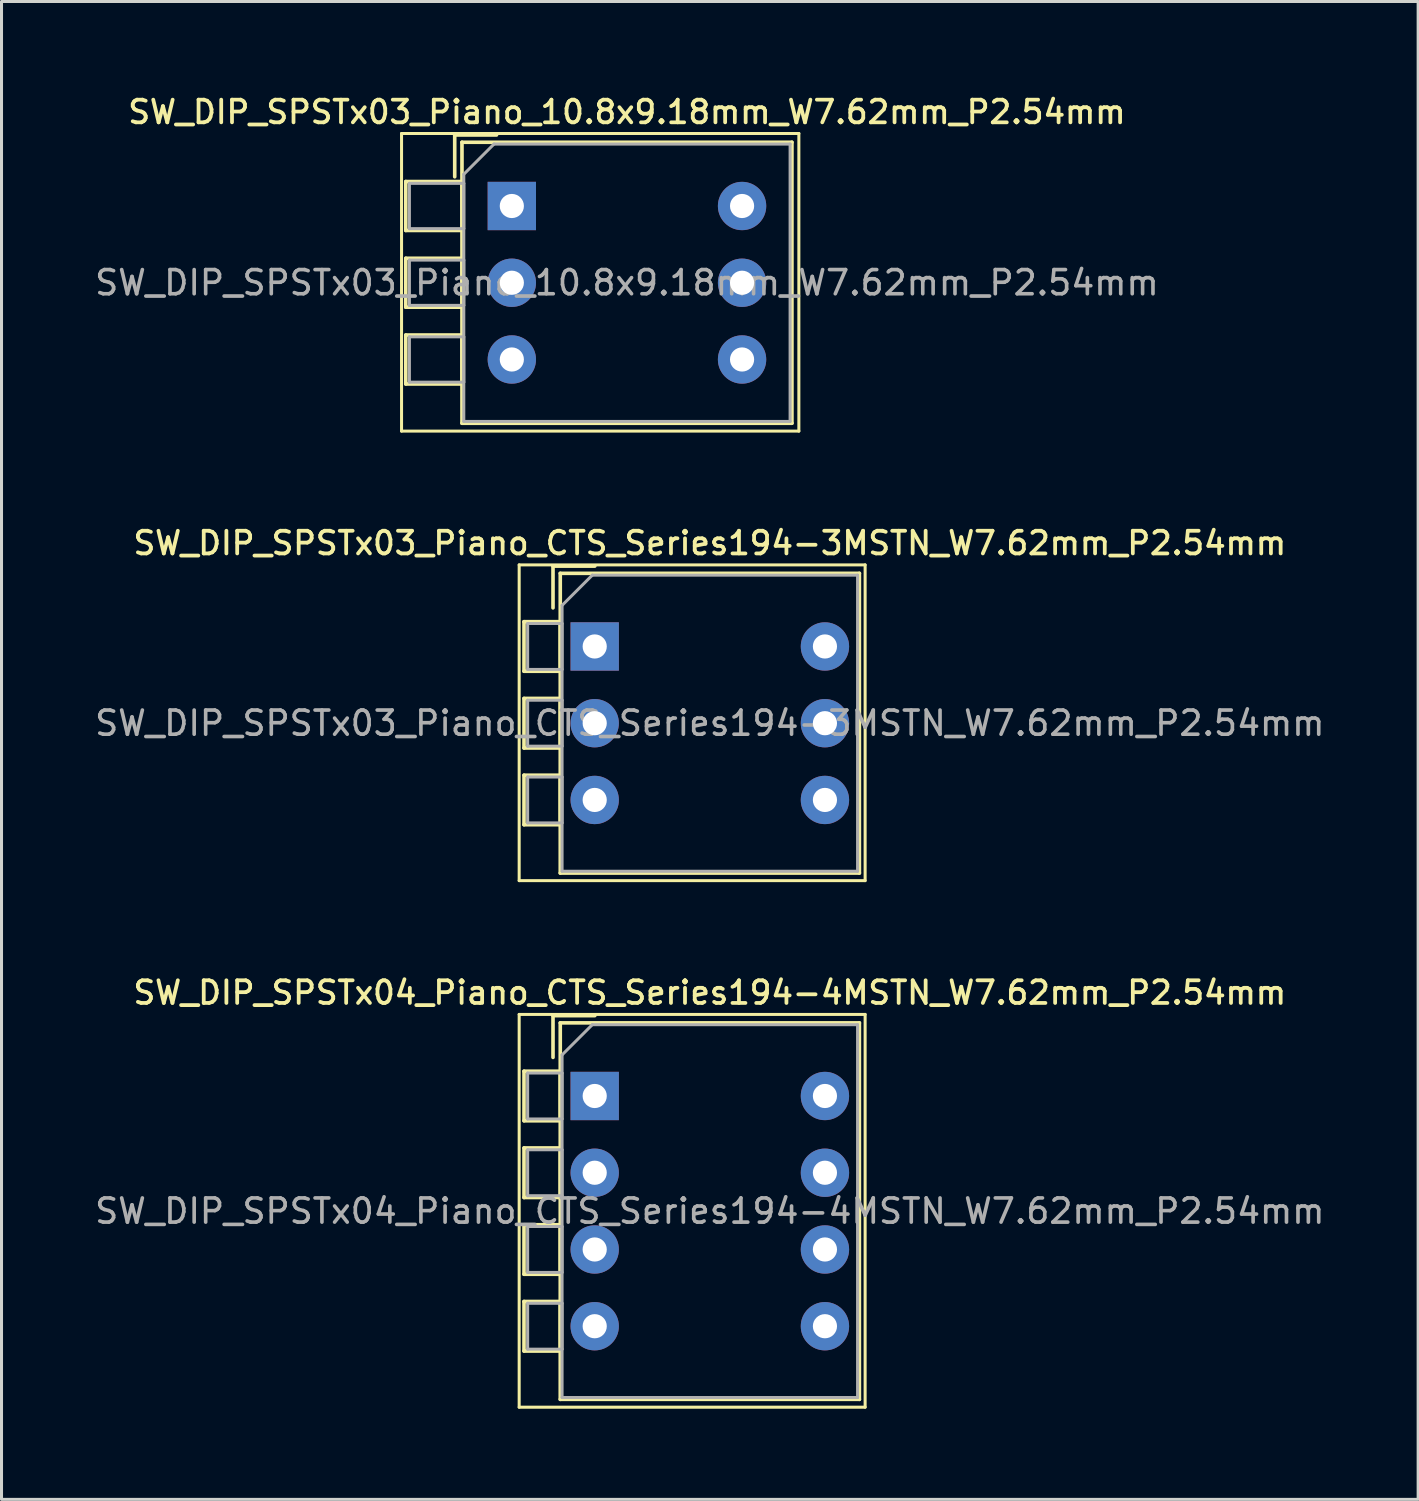
<source format=kicad_pcb>
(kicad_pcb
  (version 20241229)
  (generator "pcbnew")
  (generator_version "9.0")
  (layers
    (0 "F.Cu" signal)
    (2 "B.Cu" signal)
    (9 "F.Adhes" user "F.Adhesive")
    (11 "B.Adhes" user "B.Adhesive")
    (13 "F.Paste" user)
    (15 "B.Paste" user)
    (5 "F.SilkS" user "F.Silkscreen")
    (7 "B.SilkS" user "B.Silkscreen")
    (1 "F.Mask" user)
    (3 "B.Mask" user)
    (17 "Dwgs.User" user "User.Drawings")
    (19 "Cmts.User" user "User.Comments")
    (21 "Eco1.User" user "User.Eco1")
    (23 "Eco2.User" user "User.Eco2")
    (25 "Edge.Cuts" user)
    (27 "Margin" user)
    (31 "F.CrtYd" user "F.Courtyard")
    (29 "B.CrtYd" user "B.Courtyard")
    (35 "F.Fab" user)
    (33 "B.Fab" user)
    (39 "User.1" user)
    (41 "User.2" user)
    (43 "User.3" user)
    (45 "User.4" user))
  (footprint "SW_DIP_SPSTx03_Piano_10.8x9.18mm_W7.62mm_P2.54mm"
    (layer "F.Cu")
    (at 13.89 3.768)
    (property "Reference" "SW_DIP_SPSTx03_Piano_10.8x9.18mm_W7.62mm_P2.54mm" (at 3.81 -3.11 0) (layer "F.SilkS") (effects (font (size 0.75 0.75) (thickness 0.125))))
    (attr through_hole)
    (fp_line (start -3.65 -2.4) (end -3.65 7.45) (stroke (width 0.1) (type solid)) (layer "F.SilkS"))
    (fp_line (start -3.65 7.45) (end 9.5 7.45) (stroke (width 0.1) (type solid)) (layer "F.SilkS"))
    (fp_line (start -3.51 -0.81) (end -3.51 0.81) (stroke (width 0.12) (type solid)) (layer "F.SilkS"))
    (fp_line (start -3.51 -0.81) (end -1.65 -0.81) (stroke (width 0.12) (type solid)) (layer "F.SilkS"))
    (fp_line (start -3.51 0.81) (end -1.65 0.81) (stroke (width 0.12) (type solid)) (layer "F.SilkS"))
    (fp_line (start -3.51 1.73) (end -3.51 3.35) (stroke (width 0.12) (type solid)) (layer "F.SilkS"))
    (fp_line (start -3.51 1.73) (end -1.65 1.73) (stroke (width 0.12) (type solid)) (layer "F.SilkS"))
    (fp_line (start -3.51 3.35) (end -1.65 3.35) (stroke (width 0.12) (type solid)) (layer "F.SilkS"))
    (fp_line (start -3.51 4.27) (end -3.51 5.89) (stroke (width 0.12) (type solid)) (layer "F.SilkS"))
    (fp_line (start -3.51 4.27) (end -1.65 4.27) (stroke (width 0.12) (type solid)) (layer "F.SilkS"))
    (fp_line (start -3.51 5.89) (end -1.65 5.89) (stroke (width 0.12) (type solid)) (layer "F.SilkS"))
    (fp_line (start -1.89 -2.35) (end -1.89 -0.967) (stroke (width 0.12) (type solid)) (layer "F.SilkS"))
    (fp_line (start -1.89 -2.35) (end -0.507 -2.35) (stroke (width 0.12) (type solid)) (layer "F.SilkS"))
    (fp_line (start -1.65 -2.11) (end -1.65 7.19) (stroke (width 0.12) (type solid)) (layer "F.SilkS"))
    (fp_line (start -1.65 -2.11) (end 9.27 -2.11) (stroke (width 0.12) (type solid)) (layer "F.SilkS"))
    (fp_line (start -1.65 -0.81) (end -1.65 0.81) (stroke (width 0.12) (type solid)) (layer "F.SilkS"))
    (fp_line (start -1.65 1.73) (end -1.65 3.35) (stroke (width 0.12) (type solid)) (layer "F.SilkS"))
    (fp_line (start -1.65 4.27) (end -1.65 5.89) (stroke (width 0.12) (type solid)) (layer "F.SilkS"))
    (fp_line (start -1.65 7.19) (end 9.27 7.19) (stroke (width 0.12) (type solid)) (layer "F.SilkS"))
    (fp_line (start 9.27 -2.11) (end 9.27 7.19) (stroke (width 0.12) (type solid)) (layer "F.SilkS"))
    (fp_line (start 9.5 -2.4) (end -3.65 -2.4) (stroke (width 0.1) (type solid)) (layer "F.SilkS"))
    (fp_line (start 9.5 7.45) (end 9.5 -2.4) (stroke (width 0.1) (type solid)) (layer "F.SilkS"))
    (fp_line (start -3.39 -0.75) (end -1.59 -0.75) (stroke (width 0.1) (type solid)) (layer "F.Fab"))
    (fp_line (start -3.39 0.75) (end -3.39 -0.75) (stroke (width 0.1) (type solid)) (layer "F.Fab"))
    (fp_line (start -3.39 1.79) (end -1.59 1.79) (stroke (width 0.1) (type solid)) (layer "F.Fab"))
    (fp_line (start -3.39 3.29) (end -3.39 1.79) (stroke (width 0.1) (type solid)) (layer "F.Fab"))
    (fp_line (start -3.39 4.33) (end -1.59 4.33) (stroke (width 0.1) (type solid)) (layer "F.Fab"))
    (fp_line (start -3.39 5.83) (end -3.39 4.33) (stroke (width 0.1) (type solid)) (layer "F.Fab"))
    (fp_line (start -1.59 -1.05) (end -0.59 -2.05) (stroke (width 0.1) (type solid)) (layer "F.Fab"))
    (fp_line (start -1.59 -0.75) (end -1.59 0.75) (stroke (width 0.1) (type solid)) (layer "F.Fab"))
    (fp_line (start -1.59 0.75) (end -3.39 0.75) (stroke (width 0.1) (type solid)) (layer "F.Fab"))
    (fp_line (start -1.59 1.79) (end -1.59 3.29) (stroke (width 0.1) (type solid)) (layer "F.Fab"))
    (fp_line (start -1.59 3.29) (end -3.39 3.29) (stroke (width 0.1) (type solid)) (layer "F.Fab"))
    (fp_line (start -1.59 4.33) (end -1.59 5.83) (stroke (width 0.1) (type solid)) (layer "F.Fab"))
    (fp_line (start -1.59 5.83) (end -3.39 5.83) (stroke (width 0.1) (type solid)) (layer "F.Fab"))
    (fp_line (start -1.59 7.13) (end -1.59 -1.05) (stroke (width 0.1) (type solid)) (layer "F.Fab"))
    (fp_line (start -0.59 -2.05) (end 9.21 -2.05) (stroke (width 0.1) (type solid)) (layer "F.Fab"))
    (fp_line (start 9.21 -2.05) (end 9.21 7.13) (stroke (width 0.1) (type solid)) (layer "F.Fab"))
    (fp_line (start 9.21 7.13) (end -1.59 7.13) (stroke (width 0.1) (type solid)) (layer "F.Fab"))
    (fp_text user "${REFERENCE}" (at 3.81 2.54 0) (layer "F.Fab") (effects (font (size 0.8 0.8) (thickness 0.12))))
    (pad "1" thru_hole rect (at 0 0) (size 1.6 1.6) (drill 0.8) (layers "*.Cu" "*.Mask"))
    (pad "2" thru_hole oval (at 0 2.54) (size 1.6 1.6) (drill 0.8) (layers "*.Cu" "*.Mask"))
    (pad "3" thru_hole oval (at 0 5.08) (size 1.6 1.6) (drill 0.8) (layers "*.Cu" "*.Mask"))
    (pad "4" thru_hole oval (at 7.62 5.08) (size 1.6 1.6) (drill 0.8) (layers "*.Cu" "*.Mask"))
    (pad "5" thru_hole oval (at 7.62 2.54) (size 1.6 1.6) (drill 0.8) (layers "*.Cu" "*.Mask"))
    (pad "6" thru_hole oval (at 7.62 0) (size 1.6 1.6) (drill 0.8) (layers "*.Cu" "*.Mask")))
  (footprint "SW_DIP_SPSTx03_Piano_CTS_Series194-3MSTN_W7.62mm_P2.54mm"
    (layer "F.Cu")
    (at 16.633 18.346)
    (property "Reference" "SW_DIP_SPSTx03_Piano_CTS_Series194-3MSTN_W7.62mm_P2.54mm" (at 3.81 -3.42 0) (layer "F.SilkS") (effects (font (size 0.75 0.75) (thickness 0.125))))
    (attr through_hole)
    (fp_line (start -2.5 -2.7) (end -2.5 7.75) (stroke (width 0.1) (type solid)) (layer "F.SilkS"))
    (fp_line (start -2.5 7.75) (end 8.95 7.75) (stroke (width 0.1) (type solid)) (layer "F.SilkS"))
    (fp_line (start -2.34 -0.82) (end -2.34 0.82) (stroke (width 0.12) (type solid)) (layer "F.SilkS"))
    (fp_line (start -2.34 -0.82) (end -1.14 -0.82) (stroke (width 0.12) (type solid)) (layer "F.SilkS"))
    (fp_line (start -2.34 0.82) (end -1.14 0.82) (stroke (width 0.12) (type solid)) (layer "F.SilkS"))
    (fp_line (start -2.34 1.72) (end -2.34 3.361) (stroke (width 0.12) (type solid)) (layer "F.SilkS"))
    (fp_line (start -2.34 1.72) (end -1.14 1.72) (stroke (width 0.12) (type solid)) (layer "F.SilkS"))
    (fp_line (start -2.34 3.361) (end -1.14 3.361) (stroke (width 0.12) (type solid)) (layer "F.SilkS"))
    (fp_line (start -2.34 4.261) (end -2.34 5.9) (stroke (width 0.12) (type solid)) (layer "F.SilkS"))
    (fp_line (start -2.34 4.261) (end -1.14 4.261) (stroke (width 0.12) (type solid)) (layer "F.SilkS"))
    (fp_line (start -2.34 5.9) (end -1.14 5.9) (stroke (width 0.12) (type solid)) (layer "F.SilkS"))
    (fp_line (start -1.38 -2.66) (end -1.38 -1.277) (stroke (width 0.12) (type solid)) (layer "F.SilkS"))
    (fp_line (start -1.38 -2.66) (end 0.004 -2.66) (stroke (width 0.12) (type solid)) (layer "F.SilkS"))
    (fp_line (start -1.14 -2.42) (end -1.14 7.5) (stroke (width 0.12) (type solid)) (layer "F.SilkS"))
    (fp_line (start -1.14 -2.42) (end 8.76 -2.42) (stroke (width 0.12) (type solid)) (layer "F.SilkS"))
    (fp_line (start -1.14 -0.82) (end -1.14 0.82) (stroke (width 0.12) (type solid)) (layer "F.SilkS"))
    (fp_line (start -1.14 1.72) (end -1.14 3.361) (stroke (width 0.12) (type solid)) (layer "F.SilkS"))
    (fp_line (start -1.14 4.261) (end -1.14 5.9) (stroke (width 0.12) (type solid)) (layer "F.SilkS"))
    (fp_line (start -1.14 7.5) (end 8.76 7.5) (stroke (width 0.12) (type solid)) (layer "F.SilkS"))
    (fp_line (start 8.76 -2.42) (end 8.76 7.5) (stroke (width 0.12) (type solid)) (layer "F.SilkS"))
    (fp_line (start 8.95 -2.7) (end -2.5 -2.7) (stroke (width 0.1) (type solid)) (layer "F.SilkS"))
    (fp_line (start 8.95 7.75) (end 8.95 -2.7) (stroke (width 0.1) (type solid)) (layer "F.SilkS"))
    (fp_line (start -2.22 -0.76) (end -1.08 -0.76) (stroke (width 0.1) (type solid)) (layer "F.Fab"))
    (fp_line (start -2.22 0.76) (end -2.22 -0.76) (stroke (width 0.1) (type solid)) (layer "F.Fab"))
    (fp_line (start -2.22 1.78) (end -1.08 1.78) (stroke (width 0.1) (type solid)) (layer "F.Fab"))
    (fp_line (start -2.22 3.3) (end -2.22 1.78) (stroke (width 0.1) (type solid)) (layer "F.Fab"))
    (fp_line (start -2.22 4.32) (end -1.08 4.32) (stroke (width 0.1) (type solid)) (layer "F.Fab"))
    (fp_line (start -2.22 5.84) (end -2.22 4.32) (stroke (width 0.1) (type solid)) (layer "F.Fab"))
    (fp_line (start -1.08 -1.36) (end -0.08 -2.36) (stroke (width 0.1) (type solid)) (layer "F.Fab"))
    (fp_line (start -1.08 -0.76) (end -1.08 0.76) (stroke (width 0.1) (type solid)) (layer "F.Fab"))
    (fp_line (start -1.08 0.76) (end -2.22 0.76) (stroke (width 0.1) (type solid)) (layer "F.Fab"))
    (fp_line (start -1.08 1.78) (end -1.08 3.3) (stroke (width 0.1) (type solid)) (layer "F.Fab"))
    (fp_line (start -1.08 3.3) (end -2.22 3.3) (stroke (width 0.1) (type solid)) (layer "F.Fab"))
    (fp_line (start -1.08 4.32) (end -1.08 5.84) (stroke (width 0.1) (type solid)) (layer "F.Fab"))
    (fp_line (start -1.08 5.84) (end -2.22 5.84) (stroke (width 0.1) (type solid)) (layer "F.Fab"))
    (fp_line (start -1.08 7.44) (end -1.08 -1.36) (stroke (width 0.1) (type solid)) (layer "F.Fab"))
    (fp_line (start -0.08 -2.36) (end 8.7 -2.36) (stroke (width 0.1) (type solid)) (layer "F.Fab"))
    (fp_line (start 8.7 -2.36) (end 8.7 7.44) (stroke (width 0.1) (type solid)) (layer "F.Fab"))
    (fp_line (start 8.7 7.44) (end -1.08 7.44) (stroke (width 0.1) (type solid)) (layer "F.Fab"))
    (fp_text user "${REFERENCE}" (at 3.81 2.54 0) (layer "F.Fab") (effects (font (size 0.8 0.8) (thickness 0.12))))
    (pad "1" thru_hole rect (at 0 0) (size 1.6 1.6) (drill 0.8) (layers "*.Cu" "*.Mask"))
    (pad "2" thru_hole oval (at 0 2.54) (size 1.6 1.6) (drill 0.8) (layers "*.Cu" "*.Mask"))
    (pad "3" thru_hole oval (at 0 5.08) (size 1.6 1.6) (drill 0.8) (layers "*.Cu" "*.Mask"))
    (pad "4" thru_hole oval (at 7.62 5.08) (size 1.6 1.6) (drill 0.8) (layers "*.Cu" "*.Mask"))
    (pad "5" thru_hole oval (at 7.62 2.54) (size 1.6 1.6) (drill 0.8) (layers "*.Cu" "*.Mask"))
    (pad "6" thru_hole oval (at 7.62 0) (size 1.6 1.6) (drill 0.8) (layers "*.Cu" "*.Mask")))
  (footprint "SW_DIP_SPSTx04_Piano_CTS_Series194-4MSTN_W7.62mm_P2.54mm"
    (layer "F.Cu")
    (at 16.633 33.224)
    (property "Reference" "SW_DIP_SPSTx04_Piano_CTS_Series194-4MSTN_W7.62mm_P2.54mm" (at 3.81 -3.42 0) (layer "F.SilkS") (effects (font (size 0.75 0.75) (thickness 0.125))))
    (attr through_hole)
    (fp_line (start -2.5 -2.7) (end -2.5 10.3) (stroke (width 0.1) (type solid)) (layer "F.SilkS"))
    (fp_line (start -2.5 10.3) (end 8.95 10.3) (stroke (width 0.1) (type solid)) (layer "F.SilkS"))
    (fp_line (start -2.34 -0.82) (end -2.34 0.82) (stroke (width 0.12) (type solid)) (layer "F.SilkS"))
    (fp_line (start -2.34 -0.82) (end -1.14 -0.82) (stroke (width 0.12) (type solid)) (layer "F.SilkS"))
    (fp_line (start -2.34 0.82) (end -1.14 0.82) (stroke (width 0.12) (type solid)) (layer "F.SilkS"))
    (fp_line (start -2.34 1.72) (end -2.34 3.361) (stroke (width 0.12) (type solid)) (layer "F.SilkS"))
    (fp_line (start -2.34 1.72) (end -1.14 1.72) (stroke (width 0.12) (type solid)) (layer "F.SilkS"))
    (fp_line (start -2.34 3.361) (end -1.14 3.361) (stroke (width 0.12) (type solid)) (layer "F.SilkS"))
    (fp_line (start -2.34 4.261) (end -2.34 5.9) (stroke (width 0.12) (type solid)) (layer "F.SilkS"))
    (fp_line (start -2.34 4.261) (end -1.14 4.261) (stroke (width 0.12) (type solid)) (layer "F.SilkS"))
    (fp_line (start -2.34 5.9) (end -1.14 5.9) (stroke (width 0.12) (type solid)) (layer "F.SilkS"))
    (fp_line (start -2.34 6.801) (end -2.34 8.441) (stroke (width 0.12) (type solid)) (layer "F.SilkS"))
    (fp_line (start -2.34 6.801) (end -1.14 6.801) (stroke (width 0.12) (type solid)) (layer "F.SilkS"))
    (fp_line (start -2.34 8.441) (end -1.14 8.441) (stroke (width 0.12) (type solid)) (layer "F.SilkS"))
    (fp_line (start -1.38 -2.66) (end -1.38 -1.277) (stroke (width 0.12) (type solid)) (layer "F.SilkS"))
    (fp_line (start -1.38 -2.66) (end 0.004 -2.66) (stroke (width 0.12) (type solid)) (layer "F.SilkS"))
    (fp_line (start -1.14 -2.42) (end -1.14 10.04) (stroke (width 0.12) (type solid)) (layer "F.SilkS"))
    (fp_line (start -1.14 -2.42) (end 8.76 -2.42) (stroke (width 0.12) (type solid)) (layer "F.SilkS"))
    (fp_line (start -1.14 -0.82) (end -1.14 0.82) (stroke (width 0.12) (type solid)) (layer "F.SilkS"))
    (fp_line (start -1.14 1.72) (end -1.14 3.361) (stroke (width 0.12) (type solid)) (layer "F.SilkS"))
    (fp_line (start -1.14 4.261) (end -1.14 5.9) (stroke (width 0.12) (type solid)) (layer "F.SilkS"))
    (fp_line (start -1.14 6.801) (end -1.14 8.441) (stroke (width 0.12) (type solid)) (layer "F.SilkS"))
    (fp_line (start -1.14 10.04) (end 8.76 10.04) (stroke (width 0.12) (type solid)) (layer "F.SilkS"))
    (fp_line (start 8.76 -2.42) (end 8.76 10.04) (stroke (width 0.12) (type solid)) (layer "F.SilkS"))
    (fp_line (start 8.95 -2.7) (end -2.5 -2.7) (stroke (width 0.1) (type solid)) (layer "F.SilkS"))
    (fp_line (start 8.95 10.3) (end 8.95 -2.7) (stroke (width 0.1) (type solid)) (layer "F.SilkS"))
    (fp_line (start -2.22 -0.76) (end -1.08 -0.76) (stroke (width 0.1) (type solid)) (layer "F.Fab"))
    (fp_line (start -2.22 0.76) (end -2.22 -0.76) (stroke (width 0.1) (type solid)) (layer "F.Fab"))
    (fp_line (start -2.22 1.78) (end -1.08 1.78) (stroke (width 0.1) (type solid)) (layer "F.Fab"))
    (fp_line (start -2.22 3.3) (end -2.22 1.78) (stroke (width 0.1) (type solid)) (layer "F.Fab"))
    (fp_line (start -2.22 4.32) (end -1.08 4.32) (stroke (width 0.1) (type solid)) (layer "F.Fab"))
    (fp_line (start -2.22 5.84) (end -2.22 4.32) (stroke (width 0.1) (type solid)) (layer "F.Fab"))
    (fp_line (start -2.22 6.86) (end -1.08 6.86) (stroke (width 0.1) (type solid)) (layer "F.Fab"))
    (fp_line (start -2.22 8.38) (end -2.22 6.86) (stroke (width 0.1) (type solid)) (layer "F.Fab"))
    (fp_line (start -1.08 -1.36) (end -0.08 -2.36) (stroke (width 0.1) (type solid)) (layer "F.Fab"))
    (fp_line (start -1.08 -0.76) (end -1.08 0.76) (stroke (width 0.1) (type solid)) (layer "F.Fab"))
    (fp_line (start -1.08 0.76) (end -2.22 0.76) (stroke (width 0.1) (type solid)) (layer "F.Fab"))
    (fp_line (start -1.08 1.78) (end -1.08 3.3) (stroke (width 0.1) (type solid)) (layer "F.Fab"))
    (fp_line (start -1.08 3.3) (end -2.22 3.3) (stroke (width 0.1) (type solid)) (layer "F.Fab"))
    (fp_line (start -1.08 4.32) (end -1.08 5.84) (stroke (width 0.1) (type solid)) (layer "F.Fab"))
    (fp_line (start -1.08 5.84) (end -2.22 5.84) (stroke (width 0.1) (type solid)) (layer "F.Fab"))
    (fp_line (start -1.08 6.86) (end -1.08 8.38) (stroke (width 0.1) (type solid)) (layer "F.Fab"))
    (fp_line (start -1.08 8.38) (end -2.22 8.38) (stroke (width 0.1) (type solid)) (layer "F.Fab"))
    (fp_line (start -1.08 9.98) (end -1.08 -1.36) (stroke (width 0.1) (type solid)) (layer "F.Fab"))
    (fp_line (start -0.08 -2.36) (end 8.7 -2.36) (stroke (width 0.1) (type solid)) (layer "F.Fab"))
    (fp_line (start 8.7 -2.36) (end 8.7 9.98) (stroke (width 0.1) (type solid)) (layer "F.Fab"))
    (fp_line (start 8.7 9.98) (end -1.08 9.98) (stroke (width 0.1) (type solid)) (layer "F.Fab"))
    (fp_text user "${REFERENCE}" (at 3.81 3.81 0) (layer "F.Fab") (effects (font (size 0.8 0.8) (thickness 0.12))))
    (pad "1" thru_hole rect (at 0 0) (size 1.6 1.6) (drill 0.8) (layers "*.Cu" "*.Mask"))
    (pad "2" thru_hole oval (at 0 2.54) (size 1.6 1.6) (drill 0.8) (layers "*.Cu" "*.Mask"))
    (pad "3" thru_hole oval (at 0 5.08) (size 1.6 1.6) (drill 0.8) (layers "*.Cu" "*.Mask"))
    (pad "4" thru_hole oval (at 0 7.62) (size 1.6 1.6) (drill 0.8) (layers "*.Cu" "*.Mask"))
    (pad "5" thru_hole oval (at 7.62 7.62) (size 1.6 1.6) (drill 0.8) (layers "*.Cu" "*.Mask"))
    (pad "6" thru_hole oval (at 7.62 5.08) (size 1.6 1.6) (drill 0.8) (layers "*.Cu" "*.Mask"))
    (pad "7" thru_hole oval (at 7.62 2.54) (size 1.6 1.6) (drill 0.8) (layers "*.Cu" "*.Mask"))
    (pad "8" thru_hole oval (at 7.62 0) (size 1.6 1.6) (drill 0.8) (layers "*.Cu" "*.Mask")))
  (gr_rect
    (start -3 -3)
    (end 43.886 46.574)
    (stroke (width 0.1) (type default))
    (fill no)
    (layer "Edge.Cuts")))
</source>
